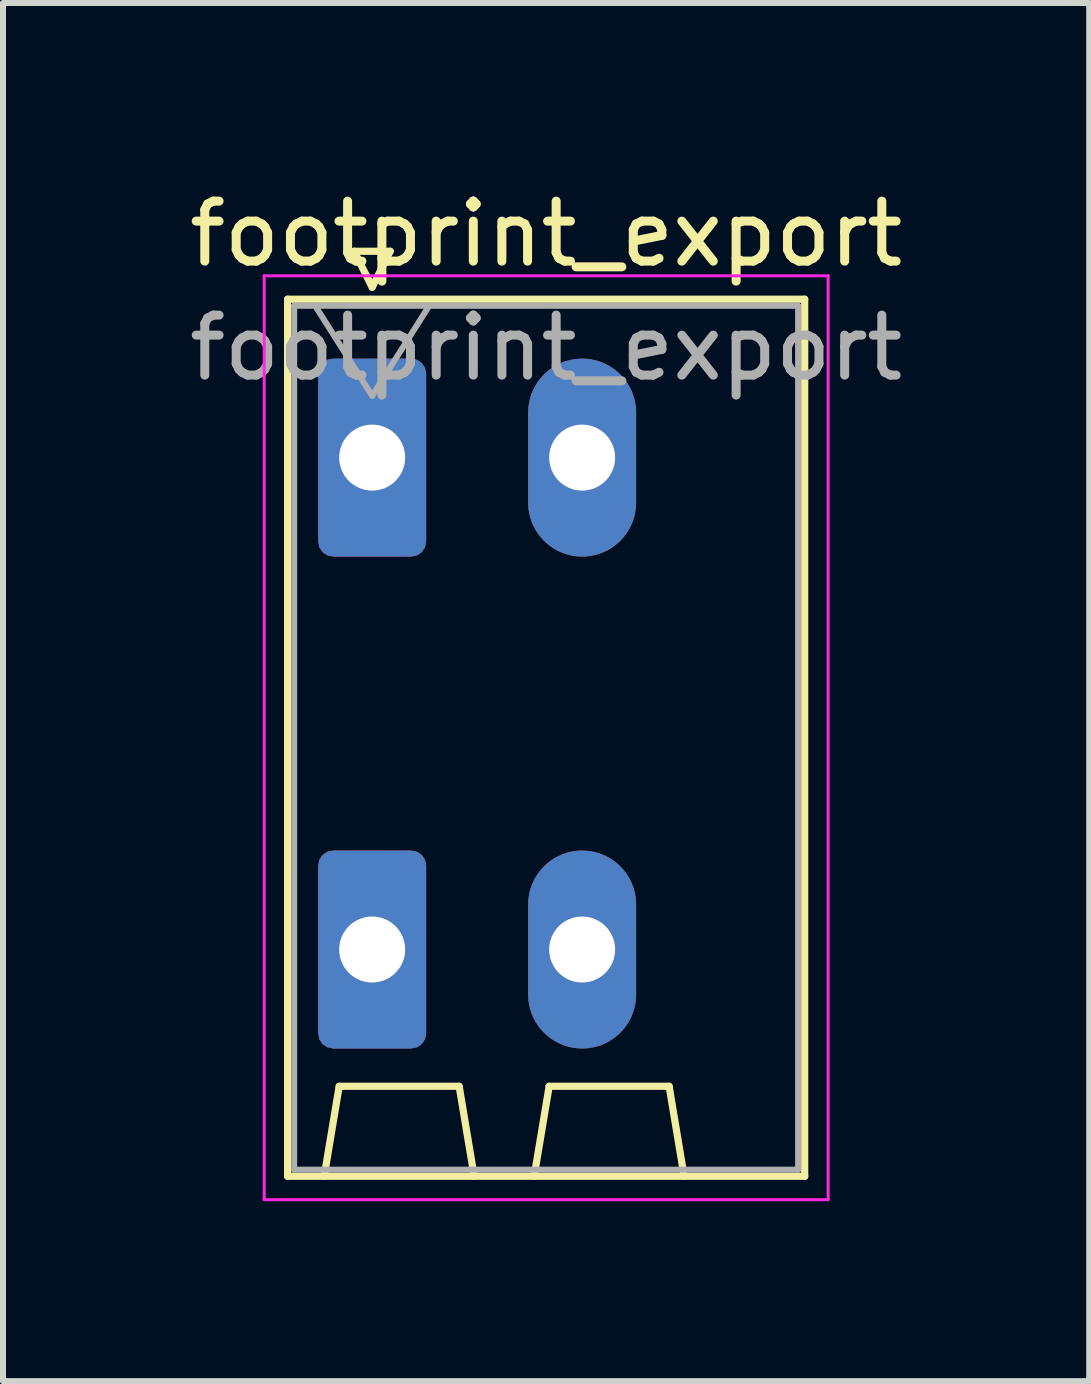
<source format=kicad_pcb>
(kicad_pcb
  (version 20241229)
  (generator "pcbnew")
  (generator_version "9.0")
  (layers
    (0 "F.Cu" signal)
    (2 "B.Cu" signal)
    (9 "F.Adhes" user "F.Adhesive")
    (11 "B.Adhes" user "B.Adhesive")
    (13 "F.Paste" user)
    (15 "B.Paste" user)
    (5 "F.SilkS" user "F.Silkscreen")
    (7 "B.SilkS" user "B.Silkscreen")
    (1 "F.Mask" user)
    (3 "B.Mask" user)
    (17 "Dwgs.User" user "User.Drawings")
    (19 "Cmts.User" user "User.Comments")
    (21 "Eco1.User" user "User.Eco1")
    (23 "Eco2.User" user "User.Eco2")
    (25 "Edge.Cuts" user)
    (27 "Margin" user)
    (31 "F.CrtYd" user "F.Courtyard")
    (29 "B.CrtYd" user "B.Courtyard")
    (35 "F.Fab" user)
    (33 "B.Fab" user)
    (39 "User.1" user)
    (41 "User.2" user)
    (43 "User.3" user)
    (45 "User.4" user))
  (footprint "footprint_export"
    (layer "F.Cu")
    (at 3.154 4.578)
    (property "Reference" "footprint_export" (at 2.9 -3.73 0) (layer "F.SilkS") (effects (font (size 1 1) (thickness 0.15))))
    (attr through_hole)
    (fp_line (start -1.41 -2.64) (end 7.21 -2.64) (stroke (width 0.12) (type solid)) (layer "F.SilkS"))
    (fp_line (start -1.41 11.98) (end -1.41 -2.64) (stroke (width 0.12) (type solid)) (layer "F.SilkS"))
    (fp_line (start -0.8 11.98) (end -0.55 10.48) (stroke (width 0.12) (type solid)) (layer "F.SilkS"))
    (fp_line (start -0.55 10.48) (end 1.45 10.48) (stroke (width 0.12) (type solid)) (layer "F.SilkS"))
    (fp_line (start -0.3 -3.44) (end 0 -2.84) (stroke (width 0.12) (type solid)) (layer "F.SilkS"))
    (fp_line (start -0.3 -3.44) (end 0.3 -3.44) (stroke (width 0.12) (type solid)) (layer "F.SilkS"))
    (fp_line (start 0.3 -3.44) (end 0 -2.84) (stroke (width 0.12) (type solid)) (layer "F.SilkS"))
    (fp_line (start 1.7 11.98) (end 1.45 10.48) (stroke (width 0.12) (type solid)) (layer "F.SilkS"))
    (fp_line (start 2.7 11.98) (end 2.95 10.48) (stroke (width 0.12) (type solid)) (layer "F.SilkS"))
    (fp_line (start 2.95 10.48) (end 4.95 10.48) (stroke (width 0.12) (type solid)) (layer "F.SilkS"))
    (fp_line (start 5.2 11.98) (end 4.95 10.48) (stroke (width 0.12) (type solid)) (layer "F.SilkS"))
    (fp_line (start 7.21 -2.64) (end 7.21 11.98) (stroke (width 0.12) (type solid)) (layer "F.SilkS"))
    (fp_line (start 7.21 11.98) (end -1.41 11.98) (stroke (width 0.12) (type solid)) (layer "F.SilkS"))
    (fp_line (start -1.8 -3.03) (end -1.8 12.37) (stroke (width 0.05) (type solid)) (layer "F.CrtYd"))
    (fp_line (start -1.8 12.37) (end 7.6 12.37) (stroke (width 0.05) (type solid)) (layer "F.CrtYd"))
    (fp_line (start 7.6 -3.03) (end -1.8 -3.03) (stroke (width 0.05) (type solid)) (layer "F.CrtYd"))
    (fp_line (start 7.6 12.37) (end 7.6 -3.03) (stroke (width 0.05) (type solid)) (layer "F.CrtYd"))
    (fp_line (start -1.3 -2.53) (end -1.3 11.87) (stroke (width 0.1) (type solid)) (layer "F.Fab"))
    (fp_line (start -1.3 11.87) (end 7.1 11.87) (stroke (width 0.1) (type solid)) (layer "F.Fab"))
    (fp_line (start -0.95 -2.53) (end 0 -1.03) (stroke (width 0.1) (type solid)) (layer "F.Fab"))
    (fp_line (start 0.95 -2.53) (end 0 -1.03) (stroke (width 0.1) (type solid)) (layer "F.Fab"))
    (fp_line (start 7.1 -2.53) (end -1.3 -2.53) (stroke (width 0.1) (type solid)) (layer "F.Fab"))
    (fp_line (start 7.1 11.87) (end 7.1 -2.53) (stroke (width 0.1) (type solid)) (layer "F.Fab"))
    (fp_text user "${REFERENCE}" (at 2.9 -1.83 0) (layer "F.Fab") (effects (font (size 1 1) (thickness 0.15))))
    (pad "1" thru_hole roundrect (at 0 0) (size 1.8 3.3) (drill 1.1) (layers "*.Cu" "*.Mask") (roundrect_rratio 0.139))
    (pad "1" thru_hole roundrect (at 0 8.2) (size 1.8 3.3) (drill 1.1) (layers "*.Cu" "*.Mask") (roundrect_rratio 0.139))
    (pad "2" thru_hole oval (at 3.5 0) (size 1.8 3.3) (drill 1.1) (layers "*.Cu" "*.Mask"))
    (pad "2" thru_hole oval (at 3.5 8.2) (size 1.8 3.3) (drill 1.1) (layers "*.Cu" "*.Mask")))
  (gr_rect
    (start -3 -3)
    (end 15.107 19.973)
    (stroke (width 0.1) (type default))
    (fill no)
    (layer "Edge.Cuts")))
</source>
